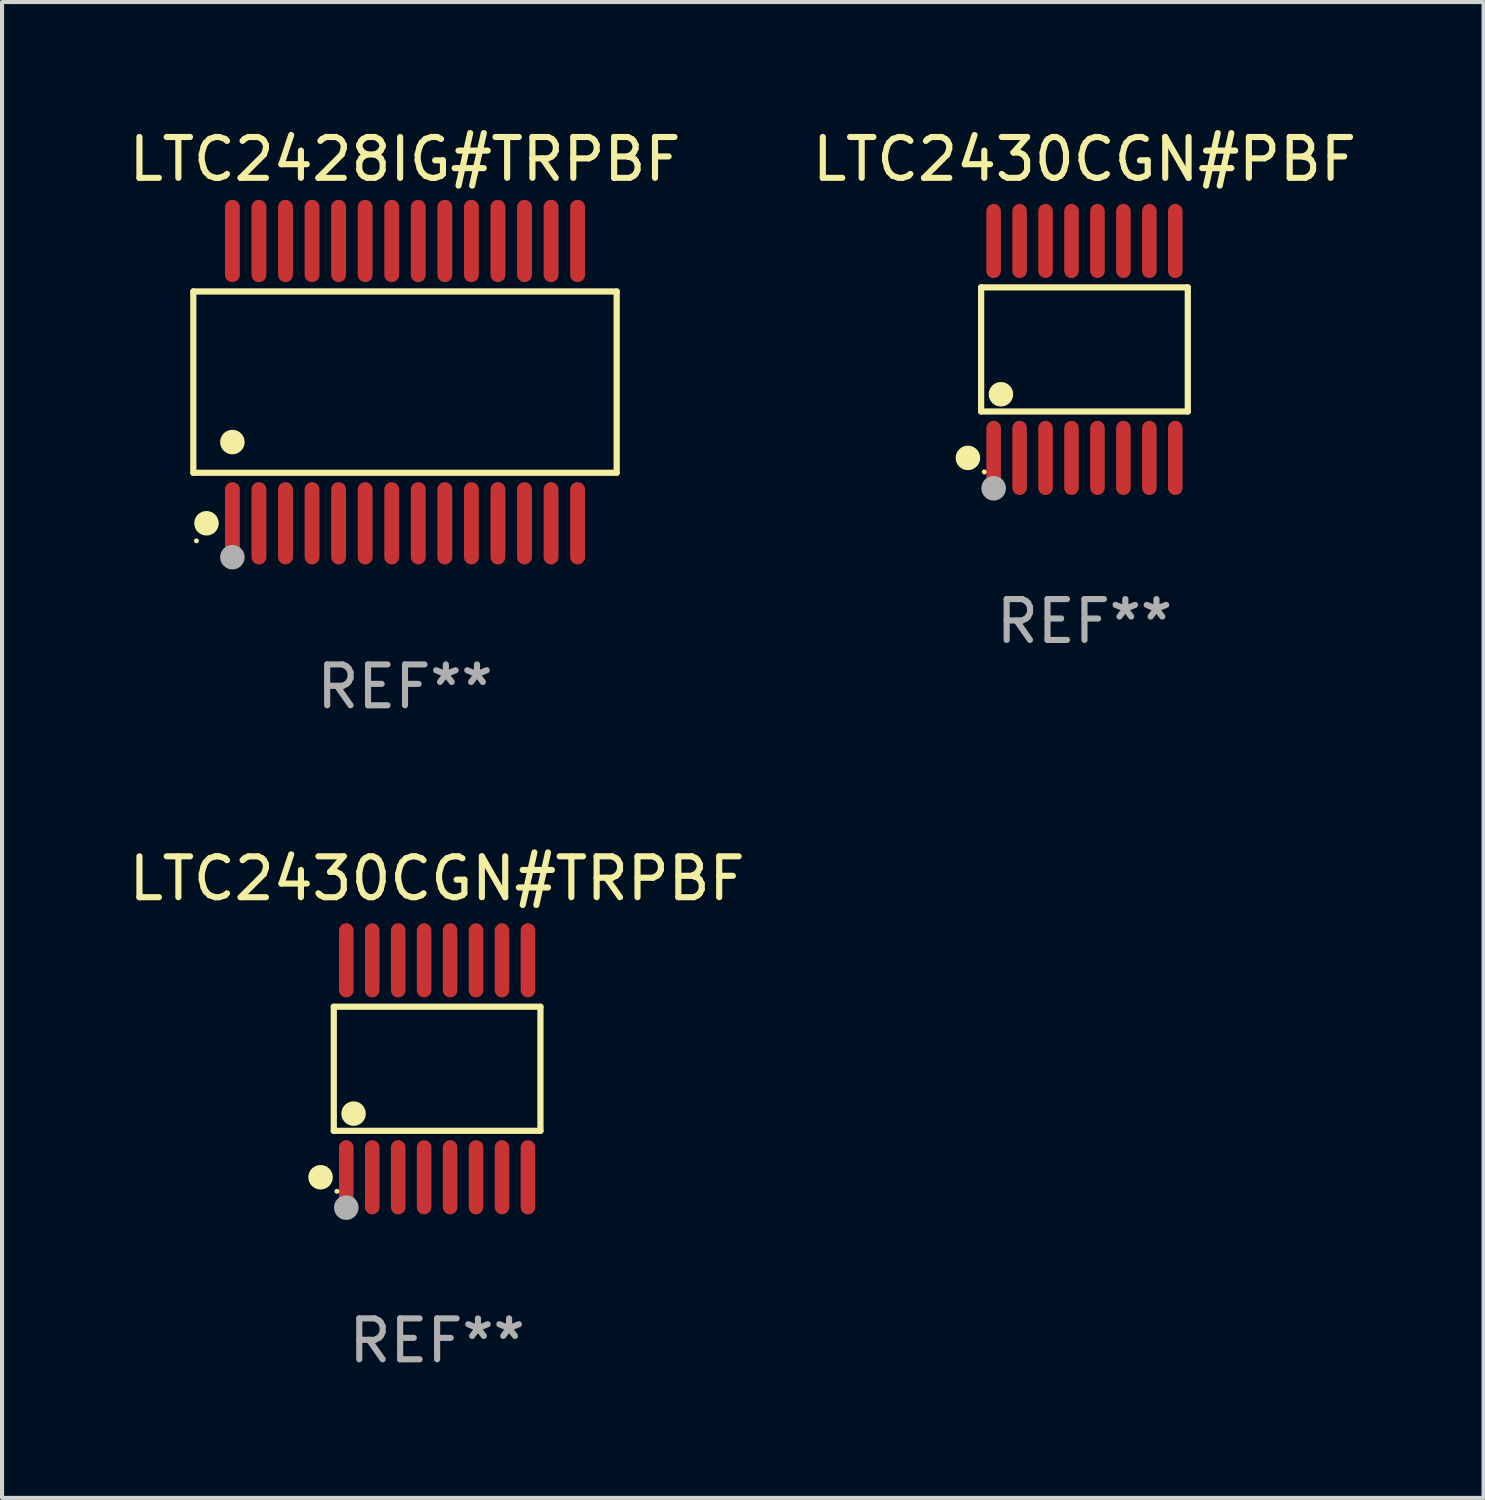
<source format=kicad_pcb>
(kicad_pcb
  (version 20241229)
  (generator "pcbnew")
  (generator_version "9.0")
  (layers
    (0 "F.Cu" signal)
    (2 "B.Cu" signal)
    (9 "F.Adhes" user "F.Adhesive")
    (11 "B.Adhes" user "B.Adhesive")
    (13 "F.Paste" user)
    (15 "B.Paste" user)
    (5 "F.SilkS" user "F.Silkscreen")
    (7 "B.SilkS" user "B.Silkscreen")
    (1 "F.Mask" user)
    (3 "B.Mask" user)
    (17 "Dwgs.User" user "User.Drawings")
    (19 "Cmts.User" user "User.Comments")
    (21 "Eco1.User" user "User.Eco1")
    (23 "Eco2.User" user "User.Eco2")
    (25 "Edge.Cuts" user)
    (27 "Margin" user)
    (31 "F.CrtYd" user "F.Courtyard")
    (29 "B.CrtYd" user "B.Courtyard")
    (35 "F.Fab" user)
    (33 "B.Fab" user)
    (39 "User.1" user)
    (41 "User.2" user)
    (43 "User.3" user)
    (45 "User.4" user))
  (footprint "LTC2430CGN#PBF"
    (layer "F.Cu")
    (at 23.494 5.503)
    (property "Reference" "LTC2430CGN#PBF" (at 0 -4.655 0) (layer "F.SilkS") (effects (font (size 1 1) (thickness 0.15))))
    (attr through_hole)
    (fp_line (start -2.529 -1.519) (end 2.529 -1.519) (stroke (width 0.152) (type solid)) (layer "F.SilkS"))
    (fp_line (start -2.529 1.519) (end -2.529 -1.519) (stroke (width 0.152) (type solid)) (layer "F.SilkS"))
    (fp_line (start 2.529 -1.519) (end 2.529 1.519) (stroke (width 0.152) (type solid)) (layer "F.SilkS"))
    (fp_line (start 2.529 1.519) (end -2.529 1.519) (stroke (width 0.152) (type solid)) (layer "F.SilkS"))
    (fp_circle (center -2.853 2.655) (end -2.703 2.655) (stroke (width 0.3) (type solid)) (fill no) (layer "F.SilkS"))
    (fp_circle (center -2.453 2.998) (end -2.423 2.998) (stroke (width 0.06) (type solid)) (fill no) (layer "F.SilkS"))
    (fp_circle (center -2.045 1.097) (end -1.895 1.097) (stroke (width 0.3) (type solid)) (fill no) (layer "F.SilkS"))
    (fp_circle (center -2.223 3.398) (end -2.072 3.398) (stroke (width 0.3) (type solid)) (fill no) (layer "F.Fab"))
    (fp_text user "REF**" (at 0 6.655 0) (layer "F.Fab") (effects (font (size 1 1) (thickness 0.15))))
    (pad "1" smd oval (at -2.223 2.655) (size 0.356 1.815) (layers "F.Cu" "F.Mask" "F.Paste"))
    (pad "2" smd oval (at -1.588 2.655) (size 0.356 1.815) (layers "F.Cu" "F.Mask" "F.Paste"))
    (pad "3" smd oval (at -0.953 2.655) (size 0.356 1.815) (layers "F.Cu" "F.Mask" "F.Paste"))
    (pad "4" smd oval (at -0.318 2.655) (size 0.356 1.815) (layers "F.Cu" "F.Mask" "F.Paste"))
    (pad "5" smd oval (at 0.318 2.655) (size 0.356 1.815) (layers "F.Cu" "F.Mask" "F.Paste"))
    (pad "6" smd oval (at 0.953 2.655) (size 0.356 1.815) (layers "F.Cu" "F.Mask" "F.Paste"))
    (pad "7" smd oval (at 1.588 2.655) (size 0.356 1.815) (layers "F.Cu" "F.Mask" "F.Paste"))
    (pad "8" smd oval (at 2.223 2.655) (size 0.356 1.815) (layers "F.Cu" "F.Mask" "F.Paste"))
    (pad "9" smd oval (at 2.223 -2.655) (size 0.356 1.815) (layers "F.Cu" "F.Mask" "F.Paste"))
    (pad "10" smd oval (at 1.588 -2.655) (size 0.356 1.815) (layers "F.Cu" "F.Mask" "F.Paste"))
    (pad "11" smd oval (at 0.953 -2.655) (size 0.356 1.815) (layers "F.Cu" "F.Mask" "F.Paste"))
    (pad "12" smd oval (at 0.318 -2.655) (size 0.356 1.815) (layers "F.Cu" "F.Mask" "F.Paste"))
    (pad "13" smd oval (at -0.318 -2.655) (size 0.356 1.815) (layers "F.Cu" "F.Mask" "F.Paste"))
    (pad "14" smd oval (at -0.953 -2.655) (size 0.356 1.815) (layers "F.Cu" "F.Mask" "F.Paste"))
    (pad "15" smd oval (at -1.588 -2.655) (size 0.356 1.815) (layers "F.Cu" "F.Mask" "F.Paste"))
    (pad "16" smd oval (at -2.223 -2.655) (size 0.356 1.815) (layers "F.Cu" "F.Mask" "F.Paste")))
  (footprint "LTC2430CGN#TRPBF"
    (layer "F.Cu")
    (at 7.649 23.11)
    (property "Reference" "LTC2430CGN#TRPBF" (at 0 -4.655 0) (layer "F.SilkS") (effects (font (size 1 1) (thickness 0.15))))
    (attr through_hole)
    (fp_line (start -2.529 -1.519) (end 2.529 -1.519) (stroke (width 0.152) (type solid)) (layer "F.SilkS"))
    (fp_line (start -2.529 1.519) (end -2.529 -1.519) (stroke (width 0.152) (type solid)) (layer "F.SilkS"))
    (fp_line (start 2.529 -1.519) (end 2.529 1.519) (stroke (width 0.152) (type solid)) (layer "F.SilkS"))
    (fp_line (start 2.529 1.519) (end -2.529 1.519) (stroke (width 0.152) (type solid)) (layer "F.SilkS"))
    (fp_circle (center -2.853 2.655) (end -2.703 2.655) (stroke (width 0.3) (type solid)) (fill no) (layer "F.SilkS"))
    (fp_circle (center -2.453 2.998) (end -2.423 2.998) (stroke (width 0.06) (type solid)) (fill no) (layer "F.SilkS"))
    (fp_circle (center -2.045 1.097) (end -1.895 1.097) (stroke (width 0.3) (type solid)) (fill no) (layer "F.SilkS"))
    (fp_circle (center -2.223 3.398) (end -2.072 3.398) (stroke (width 0.3) (type solid)) (fill no) (layer "F.Fab"))
    (fp_text user "REF**" (at 0 6.655 0) (layer "F.Fab") (effects (font (size 1 1) (thickness 0.15))))
    (pad "1" smd oval (at -2.223 2.655) (size 0.356 1.815) (layers "F.Cu" "F.Mask" "F.Paste"))
    (pad "2" smd oval (at -1.588 2.655) (size 0.356 1.815) (layers "F.Cu" "F.Mask" "F.Paste"))
    (pad "3" smd oval (at -0.953 2.655) (size 0.356 1.815) (layers "F.Cu" "F.Mask" "F.Paste"))
    (pad "4" smd oval (at -0.318 2.655) (size 0.356 1.815) (layers "F.Cu" "F.Mask" "F.Paste"))
    (pad "5" smd oval (at 0.318 2.655) (size 0.356 1.815) (layers "F.Cu" "F.Mask" "F.Paste"))
    (pad "6" smd oval (at 0.953 2.655) (size 0.356 1.815) (layers "F.Cu" "F.Mask" "F.Paste"))
    (pad "7" smd oval (at 1.588 2.655) (size 0.356 1.815) (layers "F.Cu" "F.Mask" "F.Paste"))
    (pad "8" smd oval (at 2.223 2.655) (size 0.356 1.815) (layers "F.Cu" "F.Mask" "F.Paste"))
    (pad "9" smd oval (at 2.223 -2.655) (size 0.356 1.815) (layers "F.Cu" "F.Mask" "F.Paste"))
    (pad "10" smd oval (at 1.588 -2.655) (size 0.356 1.815) (layers "F.Cu" "F.Mask" "F.Paste"))
    (pad "11" smd oval (at 0.953 -2.655) (size 0.356 1.815) (layers "F.Cu" "F.Mask" "F.Paste"))
    (pad "12" smd oval (at 0.318 -2.655) (size 0.356 1.815) (layers "F.Cu" "F.Mask" "F.Paste"))
    (pad "13" smd oval (at -0.318 -2.655) (size 0.356 1.815) (layers "F.Cu" "F.Mask" "F.Paste"))
    (pad "14" smd oval (at -0.953 -2.655) (size 0.356 1.815) (layers "F.Cu" "F.Mask" "F.Paste"))
    (pad "15" smd oval (at -1.588 -2.655) (size 0.356 1.815) (layers "F.Cu" "F.Mask" "F.Paste"))
    (pad "16" smd oval (at -2.223 -2.655) (size 0.356 1.815) (layers "F.Cu" "F.Mask" "F.Paste")))
  (footprint "LTC2428IG#TRPBF"
    (layer "F.Cu")
    (at 6.863 6.303)
    (property "Reference" "LTC2428IG#TRPBF" (at 0 -5.455 0) (layer "F.SilkS") (effects (font (size 1 1) (thickness 0.15))))
    (attr through_hole)
    (fp_line (start -5.181 -2.219) (end 5.181 -2.219) (stroke (width 0.152) (type solid)) (layer "F.SilkS"))
    (fp_line (start -5.181 2.219) (end -5.181 -2.219) (stroke (width 0.152) (type solid)) (layer "F.SilkS"))
    (fp_line (start 5.181 -2.219) (end 5.181 2.219) (stroke (width 0.152) (type solid)) (layer "F.SilkS"))
    (fp_line (start 5.181 2.219) (end -5.181 2.219) (stroke (width 0.152) (type solid)) (layer "F.SilkS"))
    (fp_circle (center -5.105 3.885) (end -5.075 3.885) (stroke (width 0.06) (type solid)) (fill no) (layer "F.SilkS"))
    (fp_circle (center -4.859 3.455) (end -4.709 3.455) (stroke (width 0.3) (type solid)) (fill no) (layer "F.SilkS"))
    (fp_circle (center -4.225 1.467) (end -4.075 1.467) (stroke (width 0.3) (type solid)) (fill no) (layer "F.SilkS"))
    (fp_circle (center -4.225 4.285) (end -4.075 4.285) (stroke (width 0.3) (type solid)) (fill no) (layer "F.Fab"))
    (fp_text user "REF**" (at 0 7.455 0) (layer "F.Fab") (effects (font (size 1 1) (thickness 0.15))))
    (pad "1" smd oval (at -4.225 3.455) (size 0.364 2.015) (layers "F.Cu" "F.Mask" "F.Paste"))
    (pad "2" smd oval (at -3.575 3.455) (size 0.364 2.015) (layers "F.Cu" "F.Mask" "F.Paste"))
    (pad "3" smd oval (at -2.925 3.455) (size 0.364 2.015) (layers "F.Cu" "F.Mask" "F.Paste"))
    (pad "4" smd oval (at -2.275 3.455) (size 0.364 2.015) (layers "F.Cu" "F.Mask" "F.Paste"))
    (pad "5" smd oval (at -1.625 3.455) (size 0.364 2.015) (layers "F.Cu" "F.Mask" "F.Paste"))
    (pad "6" smd oval (at -0.975 3.455) (size 0.364 2.015) (layers "F.Cu" "F.Mask" "F.Paste"))
    (pad "7" smd oval (at -0.325 3.455) (size 0.364 2.015) (layers "F.Cu" "F.Mask" "F.Paste"))
    (pad "8" smd oval (at 0.325 3.455) (size 0.364 2.015) (layers "F.Cu" "F.Mask" "F.Paste"))
    (pad "9" smd oval (at 0.975 3.455) (size 0.364 2.015) (layers "F.Cu" "F.Mask" "F.Paste"))
    (pad "10" smd oval (at 1.625 3.455) (size 0.364 2.015) (layers "F.Cu" "F.Mask" "F.Paste"))
    (pad "11" smd oval (at 2.275 3.455) (size 0.364 2.015) (layers "F.Cu" "F.Mask" "F.Paste"))
    (pad "12" smd oval (at 2.925 3.455) (size 0.364 2.015) (layers "F.Cu" "F.Mask" "F.Paste"))
    (pad "13" smd oval (at 3.575 3.455) (size 0.364 2.015) (layers "F.Cu" "F.Mask" "F.Paste"))
    (pad "14" smd oval (at 4.225 3.455) (size 0.364 2.015) (layers "F.Cu" "F.Mask" "F.Paste"))
    (pad "15" smd oval (at 4.225 -3.455) (size 0.364 2.015) (layers "F.Cu" "F.Mask" "F.Paste"))
    (pad "16" smd oval (at 3.575 -3.455) (size 0.364 2.015) (layers "F.Cu" "F.Mask" "F.Paste"))
    (pad "17" smd oval (at 2.925 -3.455) (size 0.364 2.015) (layers "F.Cu" "F.Mask" "F.Paste"))
    (pad "18" smd oval (at 2.275 -3.455) (size 0.364 2.015) (layers "F.Cu" "F.Mask" "F.Paste"))
    (pad "19" smd oval (at 1.625 -3.455) (size 0.364 2.015) (layers "F.Cu" "F.Mask" "F.Paste"))
    (pad "20" smd oval (at 0.975 -3.455) (size 0.364 2.015) (layers "F.Cu" "F.Mask" "F.Paste"))
    (pad "21" smd oval (at 0.325 -3.455) (size 0.364 2.015) (layers "F.Cu" "F.Mask" "F.Paste"))
    (pad "22" smd oval (at -0.325 -3.455) (size 0.364 2.015) (layers "F.Cu" "F.Mask" "F.Paste"))
    (pad "23" smd oval (at -0.975 -3.455) (size 0.364 2.015) (layers "F.Cu" "F.Mask" "F.Paste"))
    (pad "24" smd oval (at -1.625 -3.455) (size 0.364 2.015) (layers "F.Cu" "F.Mask" "F.Paste"))
    (pad "25" smd oval (at -2.275 -3.455) (size 0.364 2.015) (layers "F.Cu" "F.Mask" "F.Paste"))
    (pad "26" smd oval (at -2.925 -3.455) (size 0.364 2.015) (layers "F.Cu" "F.Mask" "F.Paste"))
    (pad "27" smd oval (at -3.575 -3.455) (size 0.364 2.015) (layers "F.Cu" "F.Mask" "F.Paste"))
    (pad "28" smd oval (at -4.225 -3.455) (size 0.364 2.015) (layers "F.Cu" "F.Mask" "F.Paste")))
  (gr_rect
    (start -3 -3)
    (end 33.262 33.613)
    (stroke (width 0.1) (type default))
    (fill no)
    (layer "Edge.Cuts")))
</source>
